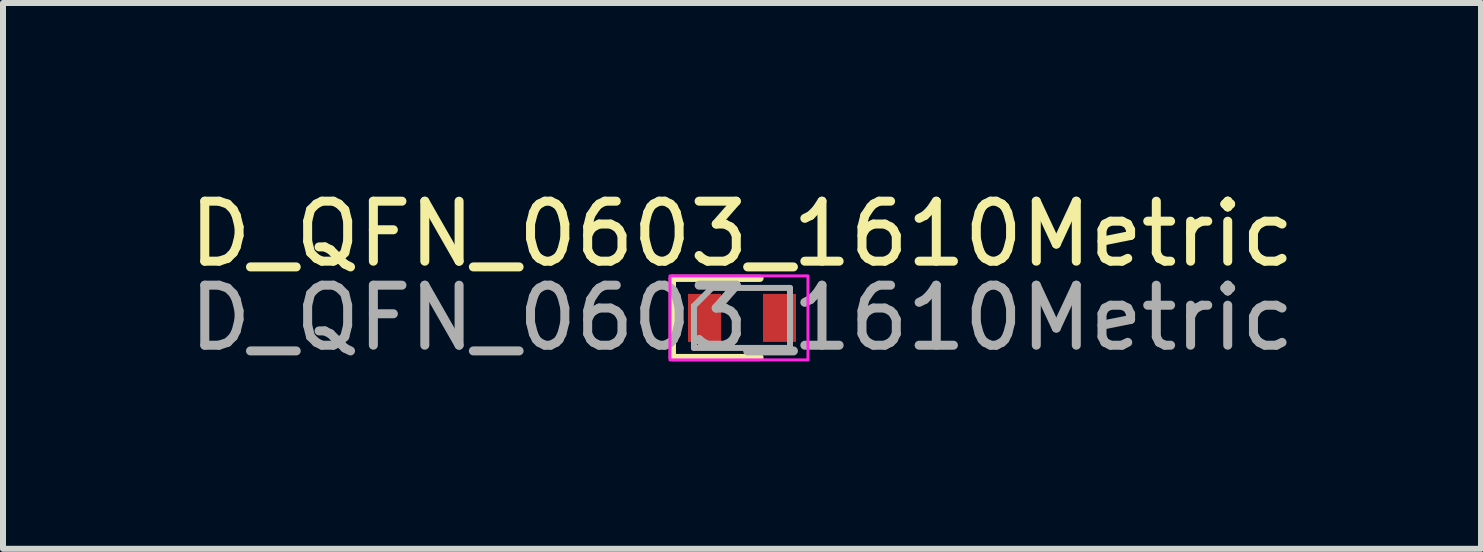
<source format=kicad_pcb>
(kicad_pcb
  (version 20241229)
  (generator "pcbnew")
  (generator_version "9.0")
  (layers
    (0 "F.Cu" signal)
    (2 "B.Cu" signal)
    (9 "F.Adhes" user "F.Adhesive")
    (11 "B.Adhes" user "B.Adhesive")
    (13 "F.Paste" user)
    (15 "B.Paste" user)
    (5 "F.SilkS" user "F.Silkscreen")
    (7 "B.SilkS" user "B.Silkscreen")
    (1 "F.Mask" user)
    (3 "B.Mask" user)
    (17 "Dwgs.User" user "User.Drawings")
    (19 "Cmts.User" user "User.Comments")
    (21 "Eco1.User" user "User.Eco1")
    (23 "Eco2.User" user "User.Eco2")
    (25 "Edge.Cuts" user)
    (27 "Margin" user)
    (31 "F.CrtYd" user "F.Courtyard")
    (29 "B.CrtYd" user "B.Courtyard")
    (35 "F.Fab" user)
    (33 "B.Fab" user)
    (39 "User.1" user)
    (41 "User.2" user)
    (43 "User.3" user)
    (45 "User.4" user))
  (footprint "D_QFN_0603_1610Metric"
    (layer "F.Cu")
    (at 9.315 2.248)
    (property "Reference" "D_QFN_0603_1610Metric" (at 0 -1.4 0) (unlocked yes) (layer "F.SilkS") (effects (font (size 1 1) (thickness 0.15))))
    (attr smd)
    (fp_line (start -1.16 -0.66) (end -1.16 0.66) (stroke (width 0.12) (type default)) (layer "F.SilkS"))
    (fp_line (start -1.16 0.66) (end 0.3 0.66) (stroke (width 0.12) (type default)) (layer "F.SilkS"))
    (fp_line (start 0.3 -0.66) (end -1.16 -0.66) (stroke (width 0.12) (type default)) (layer "F.SilkS"))
    (fp_rect (start -1.2 -0.7) (end 1.1 0.7) (stroke (width 0.05) (type default)) (fill no) (layer "F.CrtYd"))
    (fp_line (start -0.8 -0.2) (end -0.8 0.5) (stroke (width 0.1) (type default)) (layer "F.Fab"))
    (fp_line (start -0.8 0.5) (end 0.8 0.5) (stroke (width 0.1) (type default)) (layer "F.Fab"))
    (fp_line (start -0.5 -0.5) (end -0.8 -0.2) (stroke (width 0.1) (type default)) (layer "F.Fab"))
    (fp_line (start 0.8 -0.5) (end -0.5 -0.5) (stroke (width 0.1) (type default)) (layer "F.Fab"))
    (fp_line (start 0.8 0.5) (end 0.8 -0.5) (stroke (width 0.1) (type default)) (layer "F.Fab"))
    (fp_text user "${REFERENCE}" (at 0 0 0) (unlocked yes) (layer "F.Fab") (effects (font (size 1 1) (thickness 0.15))))
    (pad "1" smd rect (at -0.625 0) (size 0.55 0.8) (layers "F.Cu" "F.Mask" "F.Paste"))
    (pad "2" smd rect (at 0.625 0) (size 0.55 0.8) (layers "F.Cu" "F.Mask" "F.Paste")))
  (gr_rect
    (start -3 -3)
    (end 21.631 6.096)
    (stroke (width 0.1) (type default))
    (fill no)
    (layer "Edge.Cuts")))
</source>
